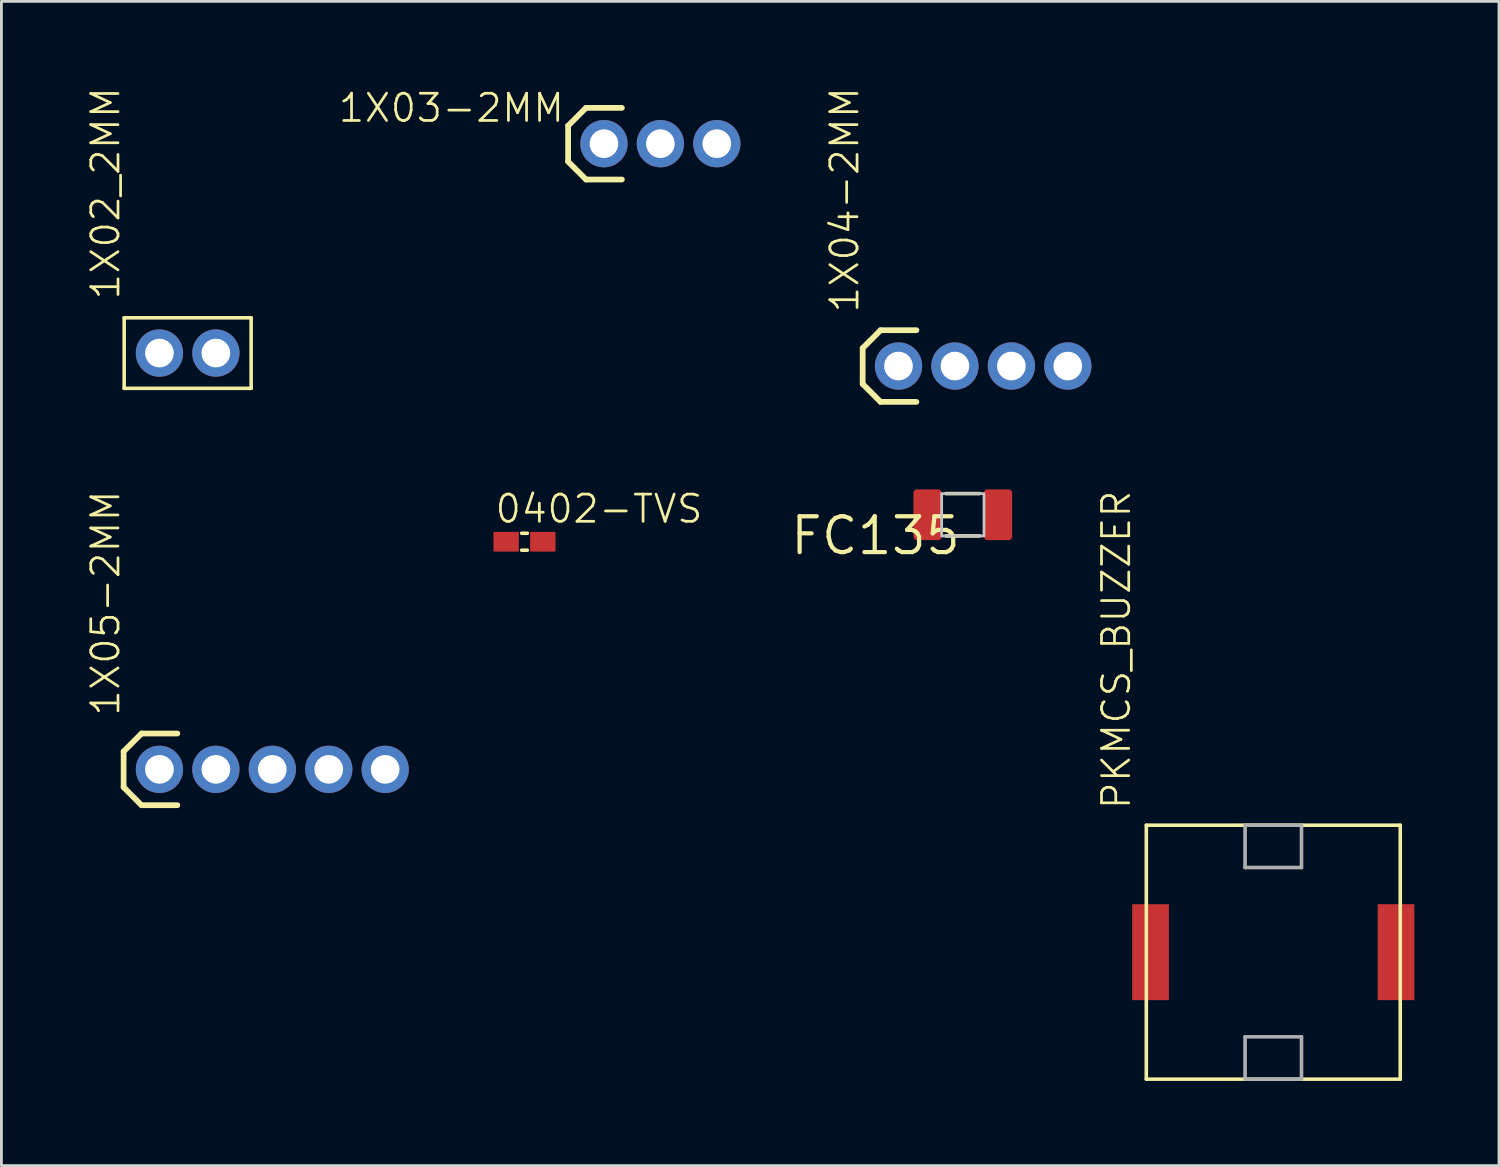
<source format=kicad_pcb>
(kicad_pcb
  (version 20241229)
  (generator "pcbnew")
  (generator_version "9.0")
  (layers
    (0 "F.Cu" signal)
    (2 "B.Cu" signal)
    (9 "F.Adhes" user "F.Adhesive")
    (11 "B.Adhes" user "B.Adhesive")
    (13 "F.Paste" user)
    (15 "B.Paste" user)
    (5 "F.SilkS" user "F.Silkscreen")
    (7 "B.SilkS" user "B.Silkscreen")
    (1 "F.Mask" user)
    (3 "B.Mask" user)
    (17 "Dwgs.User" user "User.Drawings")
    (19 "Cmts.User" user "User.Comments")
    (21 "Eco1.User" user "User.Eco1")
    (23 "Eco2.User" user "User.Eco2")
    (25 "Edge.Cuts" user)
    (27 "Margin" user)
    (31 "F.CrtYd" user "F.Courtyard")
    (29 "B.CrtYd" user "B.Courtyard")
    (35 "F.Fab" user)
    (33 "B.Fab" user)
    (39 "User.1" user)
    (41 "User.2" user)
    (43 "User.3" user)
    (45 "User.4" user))
  (footprint "1X04-2MM"
    (layer "F.Cu")
    (at 28.794 9.923)
    (property "Reference" "1X04-2MM" (at -1.346 -1.829 90) (layer "F.SilkS") (effects (font (size 0.965 0.965) (thickness 0.097)) (justify left bottom)))
    (attr through_hole)
    (fp_line (start -1.27 -0.635) (end -1.27 0.635) (stroke (width 0.203) (type solid)) (layer "F.SilkS"))
    (fp_line (start -1.27 0.635) (end -0.635 1.27) (stroke (width 0.203) (type solid)) (layer "F.SilkS"))
    (fp_line (start -0.635 -1.27) (end -1.27 -0.635) (stroke (width 0.203) (type solid)) (layer "F.SilkS"))
    (fp_line (start -0.635 -1.27) (end 0.635 -1.27) (stroke (width 0.203) (type solid)) (layer "F.SilkS"))
    (fp_line (start 0.635 1.27) (end -0.635 1.27) (stroke (width 0.203) (type solid)) (layer "F.SilkS"))
    (pad "1" thru_hole circle (at 0 0 90) (size 1.676 1.676) (drill 1.016) (layers "*.Cu" "*.Mask"))
    (pad "2" thru_hole circle (at 2 0 90) (size 1.676 1.676) (drill 1.016) (layers "*.Cu" "*.Mask"))
    (pad "3" thru_hole circle (at 4 0 90) (size 1.676 1.676) (drill 1.016) (layers "*.Cu" "*.Mask"))
    (pad "4" thru_hole circle (at 6 0 90) (size 1.676 1.676) (drill 1.016) (layers "*.Cu" "*.Mask")))
  (footprint "0402-TVS"
    (layer "F.Cu")
    (at 15.539 16.149)
    (property "Reference" "0402-TVS" (at -1.1 -0.6 0) (layer "F.SilkS") (effects (font (size 0.965 0.965) (thickness 0.097)) (justify left bottom)))
    (attr through_hole)
    (fp_line (start -0.1 -0.3) (end 0.1 -0.3) (stroke (width 0.127) (type solid)) (layer "F.SilkS"))
    (fp_line (start -0.1 0.3) (end 0.1 0.3) (stroke (width 0.127) (type solid)) (layer "F.SilkS"))
    (pad "P$1" smd roundrect (at -0.65 0) (size 0.9 0.7) (layers "F.Cu" "F.Mask" "F.Paste") (roundrect_rratio 0.05))
    (pad "P$2" smd roundrect (at 0.65 0) (size 0.9 0.7) (layers "F.Cu" "F.Mask" "F.Paste") (roundrect_rratio 0.05)))
  (footprint "PKMCS_BUZZER"
    (layer "F.Cu")
    (at 42.077 30.697)
    (property "Reference" "PKMCS_BUZZER" (at -5 -5 90) (layer "F.SilkS") (effects (font (size 0.965 0.965) (thickness 0.097)) (justify left bottom)))
    (attr through_hole)
    (fp_line (start -4.5 -4.5) (end 4.5 -4.5) (stroke (width 0.127) (type solid)) (layer "F.SilkS"))
    (fp_line (start -4.5 4.5) (end -4.5 -4.5) (stroke (width 0.127) (type solid)) (layer "F.SilkS"))
    (fp_line (start 4.5 -4.5) (end 4.5 4.5) (stroke (width 0.127) (type solid)) (layer "F.SilkS"))
    (fp_line (start 4.5 4.5) (end -4.5 4.5) (stroke (width 0.127) (type solid)) (layer "F.SilkS"))
    (fp_line (start -1 -4.5) (end -1 -3) (stroke (width 0.127) (type solid)) (layer "F.Fab"))
    (fp_line (start -1 -3) (end 1 -3) (stroke (width 0.127) (type solid)) (layer "F.Fab"))
    (fp_line (start -1 3) (end -1 4.5) (stroke (width 0.127) (type solid)) (layer "F.Fab"))
    (fp_line (start -1 4.5) (end 1 4.5) (stroke (width 0.127) (type solid)) (layer "F.Fab"))
    (fp_line (start 1 -4.5) (end -1 -4.5) (stroke (width 0.127) (type solid)) (layer "F.Fab"))
    (fp_line (start 1 -3) (end 1 -4.5) (stroke (width 0.127) (type solid)) (layer "F.Fab"))
    (fp_line (start 1 3) (end -1 3) (stroke (width 0.127) (type solid)) (layer "F.Fab"))
    (fp_line (start 1 4.5) (end 1 3) (stroke (width 0.127) (type solid)) (layer "F.Fab"))
    (pad "1" smd rect (at -4.35 0) (size 1.3 3.4) (layers "F.Cu" "F.Mask" "F.Paste"))
    (pad "2" smd rect (at 4.35 0) (size 1.3 3.4) (layers "F.Cu" "F.Mask" "F.Paste")))
  (footprint "1X03-2MM"
    (layer "F.Cu")
    (at 18.355 2.042)
    (property "Reference" "1X03-2MM" (at -1.346 -1.829 180) (layer "F.SilkS") (effects (font (size 0.965 0.965) (thickness 0.097)) (justify right top)))
    (attr through_hole)
    (fp_line (start -1.27 -0.635) (end -1.27 0.635) (stroke (width 0.203) (type solid)) (layer "F.SilkS"))
    (fp_line (start -1.27 0.635) (end -0.635 1.27) (stroke (width 0.203) (type solid)) (layer "F.SilkS"))
    (fp_line (start -0.635 -1.27) (end -1.27 -0.635) (stroke (width 0.203) (type solid)) (layer "F.SilkS"))
    (fp_line (start -0.635 -1.27) (end 0.635 -1.27) (stroke (width 0.203) (type solid)) (layer "F.SilkS"))
    (fp_line (start 0.635 1.27) (end -0.635 1.27) (stroke (width 0.203) (type solid)) (layer "F.SilkS"))
    (pad "1" thru_hole circle (at 0 0 90) (size 1.676 1.676) (drill 1.016) (layers "*.Cu" "*.Mask"))
    (pad "2" thru_hole circle (at 2 0 90) (size 1.676 1.676) (drill 1.016) (layers "*.Cu" "*.Mask"))
    (pad "3" thru_hole circle (at 4 0 90) (size 1.676 1.676) (drill 1.016) (layers "*.Cu" "*.Mask")))
  (footprint "1X05-2MM"
    (layer "F.Cu")
    (at 2.601 24.217)
    (property "Reference" "1X05-2MM" (at -1.346 -1.829 90) (layer "F.SilkS") (effects (font (size 0.965 0.965) (thickness 0.097)) (justify left bottom)))
    (attr through_hole)
    (fp_line (start -1.27 -0.635) (end -1.27 0.635) (stroke (width 0.203) (type solid)) (layer "F.SilkS"))
    (fp_line (start -1.27 0.635) (end -0.635 1.27) (stroke (width 0.203) (type solid)) (layer "F.SilkS"))
    (fp_line (start -0.635 -1.27) (end -1.27 -0.635) (stroke (width 0.203) (type solid)) (layer "F.SilkS"))
    (fp_line (start -0.635 -1.27) (end 0.635 -1.27) (stroke (width 0.203) (type solid)) (layer "F.SilkS"))
    (fp_line (start 0.635 1.27) (end -0.635 1.27) (stroke (width 0.203) (type solid)) (layer "F.SilkS"))
    (pad "1" thru_hole circle (at 0 0 90) (size 1.676 1.676) (drill 1.016) (layers "*.Cu" "*.Mask"))
    (pad "2" thru_hole circle (at 2 0 90) (size 1.676 1.676) (drill 1.016) (layers "*.Cu" "*.Mask"))
    (pad "3" thru_hole circle (at 4 0 90) (size 1.676 1.676) (drill 1.016) (layers "*.Cu" "*.Mask"))
    (pad "4" thru_hole circle (at 6 0 90) (size 1.676 1.676) (drill 1.016) (layers "*.Cu" "*.Mask"))
    (pad "5" thru_hole circle (at 8 0 90) (size 1.676 1.676) (drill 1.016) (layers "*.Cu" "*.Mask")))
  (footprint "FC135"
    (layer "F.Cu")
    (at 31.073 15.194)
    (property "Reference" "FC135" (at 0 0 0) (layer "F.SilkS") (effects (font (size 1.27 1.27) (thickness 0.15)) (justify right top)))
    (attr through_hole)
    (fp_line (start -0.6 -0.75) (end 0.6 -0.75) (stroke (width 0.127) (type solid)) (layer "F.SilkS"))
    (fp_line (start -0.6 0.75) (end 0.6 0.75) (stroke (width 0.127) (type solid)) (layer "F.SilkS"))
    (fp_poly (pts (xy -0.75 0.75) (xy 0.75 0.75) (xy 0.75 -0.75) (xy -0.75 -0.75)) (stroke (width 0.1) (type solid)) (fill no) (layer "Dwgs.User"))
    (pad "1" smd roundrect (at -1.25 0) (size 1 1.8) (layers "F.Cu" "F.Mask" "F.Paste") (roundrect_rratio 0.125))
    (pad "2" smd roundrect (at 1.25 0) (size 1 1.8) (layers "F.Cu" "F.Mask" "F.Paste") (roundrect_rratio 0.125)))
  (footprint "1X02_2MM"
    (layer "F.Cu")
    (at 2.601 9.463)
    (property "Reference" "1X02_2MM" (at -1.346 -1.829 270) (layer "F.SilkS") (effects (font (size 0.965 0.965) (thickness 0.097)) (justify left bottom)))
    (attr through_hole)
    (fp_line (start -1.25 -1.25) (end 3.25 -1.25) (stroke (width 0.127) (type solid)) (layer "F.SilkS"))
    (fp_line (start -1.25 1.25) (end -1.25 -1.25) (stroke (width 0.127) (type solid)) (layer "F.SilkS"))
    (fp_line (start 3.25 -1.25) (end 3.25 1.25) (stroke (width 0.127) (type solid)) (layer "F.SilkS"))
    (fp_line (start 3.25 1.25) (end -1.25 1.25) (stroke (width 0.127) (type solid)) (layer "F.SilkS"))
    (pad "1" thru_hole circle (at 0 0 90) (size 1.676 1.676) (drill 1.016) (layers "*.Cu" "*.Mask"))
    (pad "2" thru_hole circle (at 2 0 90) (size 1.676 1.676) (drill 1.016) (layers "*.Cu" "*.Mask")))
  (gr_rect
    (start -3 -3)
    (end 50.077 38.261)
    (stroke (width 0.1) (type default))
    (fill no)
    (layer "Edge.Cuts")))
</source>
